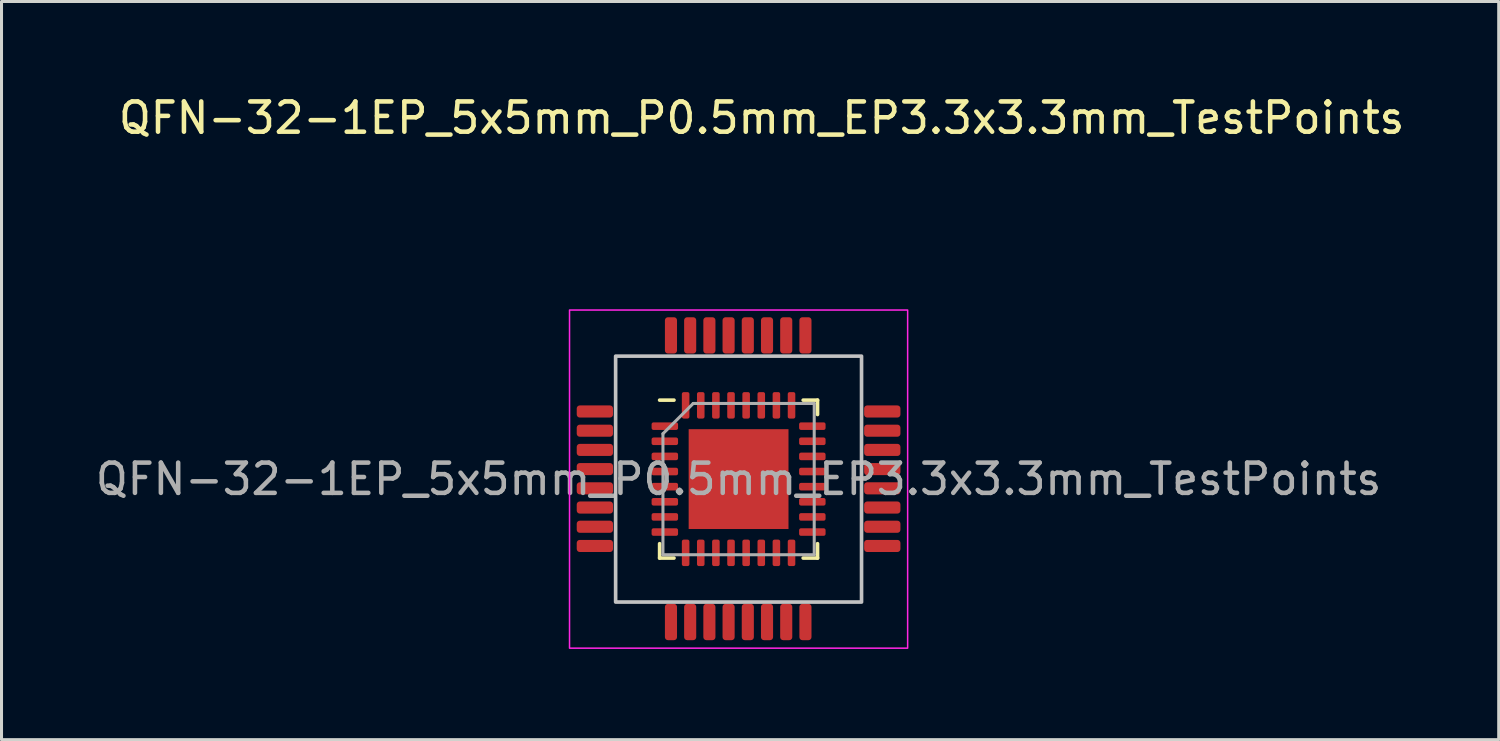
<source format=kicad_pcb>
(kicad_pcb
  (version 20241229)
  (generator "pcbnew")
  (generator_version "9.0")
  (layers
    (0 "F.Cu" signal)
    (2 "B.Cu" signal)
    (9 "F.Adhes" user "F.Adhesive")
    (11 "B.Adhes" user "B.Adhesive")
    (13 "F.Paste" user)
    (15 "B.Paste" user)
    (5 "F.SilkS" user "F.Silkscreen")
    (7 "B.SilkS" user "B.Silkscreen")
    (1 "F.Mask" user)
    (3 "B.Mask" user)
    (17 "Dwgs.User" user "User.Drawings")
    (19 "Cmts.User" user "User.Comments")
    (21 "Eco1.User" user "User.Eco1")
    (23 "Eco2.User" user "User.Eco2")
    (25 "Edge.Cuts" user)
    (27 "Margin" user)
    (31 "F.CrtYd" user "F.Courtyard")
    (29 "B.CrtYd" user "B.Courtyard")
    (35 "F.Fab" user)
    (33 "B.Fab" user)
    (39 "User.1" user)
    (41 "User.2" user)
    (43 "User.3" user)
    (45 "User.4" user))
  (footprint "QFN-32-1EP_5x5mm_P0.5mm_EP3.3x3.3mm_TestPoints"
    (layer "F.Cu")
    (at 21.363 12.786)
    (property "Reference" "QFN-32-1EP_5x5mm_P0.5mm_EP3.3x3.3mm_TestPoints" (at 0.762 -11.938 0) (layer "F.SilkS") (effects (font (size 1 1) (thickness 0.15))))
    (attr smd)
    (fp_line (start -2.61 2.61) (end -2.61 2.135) (stroke (width 0.12) (type solid)) (layer "F.SilkS"))
    (fp_line (start -2.135 -2.61) (end -2.61 -2.61) (stroke (width 0.12) (type solid)) (layer "F.SilkS"))
    (fp_line (start -2.135 2.61) (end -2.61 2.61) (stroke (width 0.12) (type solid)) (layer "F.SilkS"))
    (fp_line (start 2.135 -2.61) (end 2.61 -2.61) (stroke (width 0.12) (type solid)) (layer "F.SilkS"))
    (fp_line (start 2.135 2.61) (end 2.61 2.61) (stroke (width 0.12) (type solid)) (layer "F.SilkS"))
    (fp_line (start 2.61 -2.61) (end 2.61 -2.135) (stroke (width 0.12) (type solid)) (layer "F.SilkS"))
    (fp_line (start 2.61 2.61) (end 2.61 2.135) (stroke (width 0.12) (type solid)) (layer "F.SilkS"))
    (fp_rect (start -4.064 -4.064) (end 4.064 4.064) (stroke (width 0.12) (type solid)) (fill no) (layer "Dwgs.User"))
    (fp_rect (start -5.588 -5.588) (end 5.588 5.588) (stroke (width 0.05) (type solid)) (fill no) (layer "F.CrtYd"))
    (fp_line (start -2.5 -1.5) (end -1.5 -2.5) (stroke (width 0.1) (type solid)) (layer "F.Fab"))
    (fp_line (start -2.5 2.5) (end -2.5 -1.5) (stroke (width 0.1) (type solid)) (layer "F.Fab"))
    (fp_line (start -1.5 -2.5) (end 2.5 -2.5) (stroke (width 0.1) (type solid)) (layer "F.Fab"))
    (fp_line (start 2.5 -2.5) (end 2.5 2.5) (stroke (width 0.1) (type solid)) (layer "F.Fab"))
    (fp_line (start 2.5 2.5) (end -2.5 2.5) (stroke (width 0.1) (type solid)) (layer "F.Fab"))
    (fp_text user "${REFERENCE}" (at 0 0 0) (layer "F.Fab") (effects (font (size 1 1) (thickness 0.15))))
    (pad "" smd roundrect (at -1.1 -1.1) (size 0.89 0.89) (layers "F.Paste") (roundrect_rratio 0.25))
    (pad "" smd roundrect (at -1.1 0) (size 0.89 0.89) (layers "F.Paste") (roundrect_rratio 0.25))
    (pad "" smd roundrect (at -1.1 1.1) (size 0.89 0.89) (layers "F.Paste") (roundrect_rratio 0.25))
    (pad "" smd roundrect (at 0 -1.1) (size 0.89 0.89) (layers "F.Paste") (roundrect_rratio 0.25))
    (pad "" smd roundrect (at 0 0) (size 0.89 0.89) (layers "F.Paste") (roundrect_rratio 0.25))
    (pad "" smd roundrect (at 0 1.1) (size 0.89 0.89) (layers "F.Paste") (roundrect_rratio 0.25))
    (pad "" smd roundrect (at 1.1 -1.1) (size 0.89 0.89) (layers "F.Paste") (roundrect_rratio 0.25))
    (pad "" smd roundrect (at 1.1 0) (size 0.89 0.89) (layers "F.Paste") (roundrect_rratio 0.25))
    (pad "" smd roundrect (at 1.1 1.1) (size 0.89 0.89) (layers "F.Paste") (roundrect_rratio 0.25))
    (pad "1" smd roundrect (at -4.75 -2.235 90) (size 0.4 1.2) (layers "F.Cu" "F.Mask" "F.Paste") (roundrect_rratio 0.25))
    (pad "1" smd roundrect (at -2.438 -1.75) (size 0.875 0.25) (layers "F.Cu" "F.Mask" "F.Paste") (roundrect_rratio 0.25))
    (pad "2" smd roundrect (at -4.75 -1.6 90) (size 0.4 1.2) (layers "F.Cu" "F.Mask" "F.Paste") (roundrect_rratio 0.25))
    (pad "2" smd roundrect (at -2.438 -1.25) (size 0.875 0.25) (layers "F.Cu" "F.Mask" "F.Paste") (roundrect_rratio 0.25))
    (pad "3" smd roundrect (at -4.75 -0.965 90) (size 0.4 1.2) (layers "F.Cu" "F.Mask" "F.Paste") (roundrect_rratio 0.25))
    (pad "3" smd roundrect (at -2.438 -0.75) (size 0.875 0.25) (layers "F.Cu" "F.Mask" "F.Paste") (roundrect_rratio 0.25))
    (pad "4" smd roundrect (at -4.75 -0.33 90) (size 0.4 1.2) (layers "F.Cu" "F.Mask" "F.Paste") (roundrect_rratio 0.25))
    (pad "4" smd roundrect (at -2.438 -0.25) (size 0.875 0.25) (layers "F.Cu" "F.Mask" "F.Paste") (roundrect_rratio 0.25))
    (pad "5" smd roundrect (at -4.75 0.305 90) (size 0.4 1.2) (layers "F.Cu" "F.Mask" "F.Paste") (roundrect_rratio 0.25))
    (pad "5" smd roundrect (at -2.438 0.25) (size 0.875 0.25) (layers "F.Cu" "F.Mask" "F.Paste") (roundrect_rratio 0.25))
    (pad "6" smd roundrect (at -4.75 0.94 90) (size 0.4 1.2) (layers "F.Cu" "F.Mask" "F.Paste") (roundrect_rratio 0.25))
    (pad "6" smd roundrect (at -2.438 0.75) (size 0.875 0.25) (layers "F.Cu" "F.Mask" "F.Paste") (roundrect_rratio 0.25))
    (pad "7" smd roundrect (at -4.75 1.575 90) (size 0.4 1.2) (layers "F.Cu" "F.Mask" "F.Paste") (roundrect_rratio 0.25))
    (pad "7" smd roundrect (at -2.438 1.25) (size 0.875 0.25) (layers "F.Cu" "F.Mask" "F.Paste") (roundrect_rratio 0.25))
    (pad "8" smd roundrect (at -4.75 2.21 90) (size 0.4 1.2) (layers "F.Cu" "F.Mask" "F.Paste") (roundrect_rratio 0.25))
    (pad "8" smd roundrect (at -2.438 1.75) (size 0.875 0.25) (layers "F.Cu" "F.Mask" "F.Paste") (roundrect_rratio 0.25))
    (pad "9" smd roundrect (at -2.235 4.724) (size 0.4 1.2) (layers "F.Cu" "F.Mask" "F.Paste") (roundrect_rratio 0.25))
    (pad "9" smd roundrect (at -1.75 2.438) (size 0.25 0.875) (layers "F.Cu" "F.Mask" "F.Paste") (roundrect_rratio 0.25))
    (pad "10" smd roundrect (at -1.6 4.724) (size 0.4 1.2) (layers "F.Cu" "F.Mask" "F.Paste") (roundrect_rratio 0.25))
    (pad "10" smd roundrect (at -1.25 2.438) (size 0.25 0.875) (layers "F.Cu" "F.Mask" "F.Paste") (roundrect_rratio 0.25))
    (pad "11" smd roundrect (at -0.965 4.724) (size 0.4 1.2) (layers "F.Cu" "F.Mask" "F.Paste") (roundrect_rratio 0.25))
    (pad "11" smd roundrect (at -0.75 2.438) (size 0.25 0.875) (layers "F.Cu" "F.Mask" "F.Paste") (roundrect_rratio 0.25))
    (pad "12" smd roundrect (at -0.33 4.724) (size 0.4 1.2) (layers "F.Cu" "F.Mask" "F.Paste") (roundrect_rratio 0.25))
    (pad "12" smd roundrect (at -0.25 2.438) (size 0.25 0.875) (layers "F.Cu" "F.Mask" "F.Paste") (roundrect_rratio 0.25))
    (pad "13" smd roundrect (at 0.25 2.438) (size 0.25 0.875) (layers "F.Cu" "F.Mask" "F.Paste") (roundrect_rratio 0.25))
    (pad "13" smd roundrect (at 0.305 4.724) (size 0.4 1.2) (layers "F.Cu" "F.Mask" "F.Paste") (roundrect_rratio 0.25))
    (pad "14" smd roundrect (at 0.75 2.438) (size 0.25 0.875) (layers "F.Cu" "F.Mask" "F.Paste") (roundrect_rratio 0.25))
    (pad "14" smd roundrect (at 0.94 4.724) (size 0.4 1.2) (layers "F.Cu" "F.Mask" "F.Paste") (roundrect_rratio 0.25))
    (pad "15" smd roundrect (at 1.25 2.438) (size 0.25 0.875) (layers "F.Cu" "F.Mask" "F.Paste") (roundrect_rratio 0.25))
    (pad "15" smd roundrect (at 1.575 4.724) (size 0.4 1.2) (layers "F.Cu" "F.Mask" "F.Paste") (roundrect_rratio 0.25))
    (pad "16" smd roundrect (at 1.75 2.438) (size 0.25 0.875) (layers "F.Cu" "F.Mask" "F.Paste") (roundrect_rratio 0.25))
    (pad "16" smd roundrect (at 2.21 4.724) (size 0.4 1.2) (layers "F.Cu" "F.Mask" "F.Paste") (roundrect_rratio 0.25))
    (pad "17" smd roundrect (at 2.438 1.75) (size 0.875 0.25) (layers "F.Cu" "F.Mask" "F.Paste") (roundrect_rratio 0.25))
    (pad "17" smd roundrect (at 4.75 2.21 90) (size 0.4 1.2) (layers "F.Cu" "F.Mask" "F.Paste") (roundrect_rratio 0.25))
    (pad "18" smd roundrect (at 2.438 1.25) (size 0.875 0.25) (layers "F.Cu" "F.Mask" "F.Paste") (roundrect_rratio 0.25))
    (pad "18" smd roundrect (at 4.75 1.575 90) (size 0.4 1.2) (layers "F.Cu" "F.Mask" "F.Paste") (roundrect_rratio 0.25))
    (pad "19" smd roundrect (at 2.438 0.75) (size 0.875 0.25) (layers "F.Cu" "F.Mask" "F.Paste") (roundrect_rratio 0.25))
    (pad "19" smd roundrect (at 4.75 0.94 90) (size 0.4 1.2) (layers "F.Cu" "F.Mask" "F.Paste") (roundrect_rratio 0.25))
    (pad "20" smd roundrect (at 2.438 0.25) (size 0.875 0.25) (layers "F.Cu" "F.Mask" "F.Paste") (roundrect_rratio 0.25))
    (pad "20" smd roundrect (at 4.75 0.305 90) (size 0.4 1.2) (layers "F.Cu" "F.Mask" "F.Paste") (roundrect_rratio 0.25))
    (pad "21" smd roundrect (at 2.438 -0.25) (size 0.875 0.25) (layers "F.Cu" "F.Mask" "F.Paste") (roundrect_rratio 0.25))
    (pad "21" smd roundrect (at 4.75 -0.33 90) (size 0.4 1.2) (layers "F.Cu" "F.Mask" "F.Paste") (roundrect_rratio 0.25))
    (pad "22" smd roundrect (at 2.438 -0.75) (size 0.875 0.25) (layers "F.Cu" "F.Mask" "F.Paste") (roundrect_rratio 0.25))
    (pad "22" smd roundrect (at 4.75 -0.965 90) (size 0.4 1.2) (layers "F.Cu" "F.Mask" "F.Paste") (roundrect_rratio 0.25))
    (pad "23" smd roundrect (at 2.438 -1.25) (size 0.875 0.25) (layers "F.Cu" "F.Mask" "F.Paste") (roundrect_rratio 0.25))
    (pad "23" smd roundrect (at 4.75 -1.6 90) (size 0.4 1.2) (layers "F.Cu" "F.Mask" "F.Paste") (roundrect_rratio 0.25))
    (pad "24" smd roundrect (at 2.438 -1.75) (size 0.875 0.25) (layers "F.Cu" "F.Mask" "F.Paste") (roundrect_rratio 0.25))
    (pad "24" smd roundrect (at 4.75 -2.235 90) (size 0.4 1.2) (layers "F.Cu" "F.Mask" "F.Paste") (roundrect_rratio 0.25))
    (pad "25" smd roundrect (at 1.75 -2.438) (size 0.25 0.875) (layers "F.Cu" "F.Mask" "F.Paste") (roundrect_rratio 0.25))
    (pad "25" smd roundrect (at 2.21 -4.75) (size 0.4 1.2) (layers "F.Cu" "F.Mask" "F.Paste") (roundrect_rratio 0.25))
    (pad "26" smd roundrect (at 1.25 -2.438) (size 0.25 0.875) (layers "F.Cu" "F.Mask" "F.Paste") (roundrect_rratio 0.25))
    (pad "26" smd roundrect (at 1.575 -4.75) (size 0.4 1.2) (layers "F.Cu" "F.Mask" "F.Paste") (roundrect_rratio 0.25))
    (pad "27" smd roundrect (at 0.75 -2.438) (size 0.25 0.875) (layers "F.Cu" "F.Mask" "F.Paste") (roundrect_rratio 0.25))
    (pad "27" smd roundrect (at 0.94 -4.75) (size 0.4 1.2) (layers "F.Cu" "F.Mask" "F.Paste") (roundrect_rratio 0.25))
    (pad "28" smd roundrect (at 0.25 -2.438) (size 0.25 0.875) (layers "F.Cu" "F.Mask" "F.Paste") (roundrect_rratio 0.25))
    (pad "28" smd roundrect (at 0.305 -4.75) (size 0.4 1.2) (layers "F.Cu" "F.Mask" "F.Paste") (roundrect_rratio 0.25))
    (pad "29" smd roundrect (at -0.33 -4.75) (size 0.4 1.2) (layers "F.Cu" "F.Mask" "F.Paste") (roundrect_rratio 0.25))
    (pad "29" smd roundrect (at -0.25 -2.438) (size 0.25 0.875) (layers "F.Cu" "F.Mask" "F.Paste") (roundrect_rratio 0.25))
    (pad "30" smd roundrect (at -0.965 -4.75) (size 0.4 1.2) (layers "F.Cu" "F.Mask" "F.Paste") (roundrect_rratio 0.25))
    (pad "30" smd roundrect (at -0.75 -2.438) (size 0.25 0.875) (layers "F.Cu" "F.Mask" "F.Paste") (roundrect_rratio 0.25))
    (pad "31" smd roundrect (at -1.6 -4.75) (size 0.4 1.2) (layers "F.Cu" "F.Mask" "F.Paste") (roundrect_rratio 0.25))
    (pad "31" smd roundrect (at -1.25 -2.438) (size 0.25 0.875) (layers "F.Cu" "F.Mask" "F.Paste") (roundrect_rratio 0.25))
    (pad "32" smd roundrect (at -2.235 -4.75) (size 0.4 1.2) (layers "F.Cu" "F.Mask" "F.Paste") (roundrect_rratio 0.25))
    (pad "32" smd roundrect (at -1.75 -2.438) (size 0.25 0.875) (layers "F.Cu" "F.Mask" "F.Paste") (roundrect_rratio 0.25))
    (pad "33" smd rect (at 0 0) (size 3.3 3.3) (layers "F.Cu" "F.Mask")))
  (gr_rect
    (start -3 -3)
    (end 46.488 21.399)
    (stroke (width 0.1) (type default))
    (fill no)
    (layer "Edge.Cuts")))
</source>
